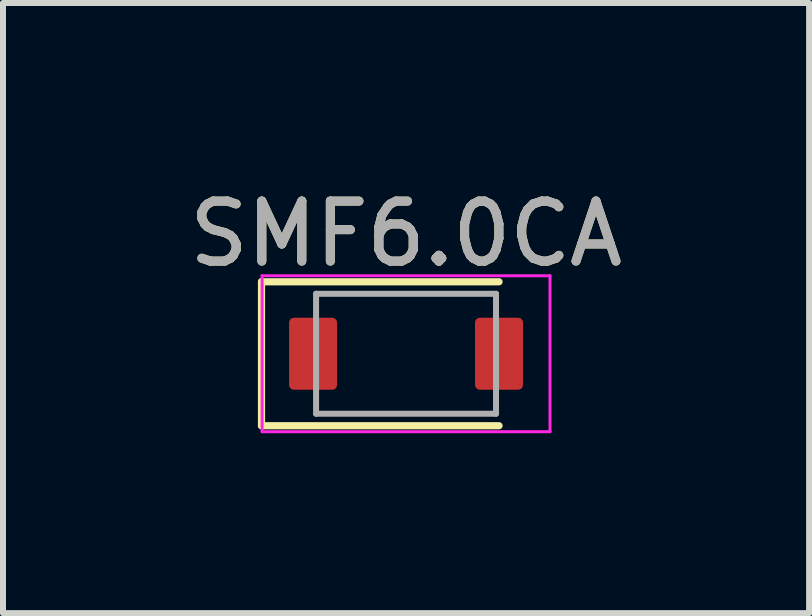
<source format=kicad_pcb>
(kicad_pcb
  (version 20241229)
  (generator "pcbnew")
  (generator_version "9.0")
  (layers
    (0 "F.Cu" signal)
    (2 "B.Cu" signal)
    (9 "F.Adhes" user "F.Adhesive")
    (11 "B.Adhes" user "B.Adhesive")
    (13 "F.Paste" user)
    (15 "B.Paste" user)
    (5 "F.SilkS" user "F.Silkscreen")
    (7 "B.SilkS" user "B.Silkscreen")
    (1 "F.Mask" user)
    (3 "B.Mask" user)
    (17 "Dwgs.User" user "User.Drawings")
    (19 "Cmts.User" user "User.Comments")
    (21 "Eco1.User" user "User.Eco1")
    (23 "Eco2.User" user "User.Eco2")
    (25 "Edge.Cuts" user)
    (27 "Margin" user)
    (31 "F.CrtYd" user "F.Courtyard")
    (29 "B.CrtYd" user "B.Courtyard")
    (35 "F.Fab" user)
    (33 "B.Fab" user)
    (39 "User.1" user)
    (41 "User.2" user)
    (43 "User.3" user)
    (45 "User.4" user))
  (footprint "SMF6.0CA"
    (layer "F.Cu")
    (at 3.72 2.848)
    (property "Reference" "SMF6.0CA" (at 0 -2 0) (layer "F.SilkS") (effects (font (size 1 1) (thickness 0.15))))
    (attr smd)
    (fp_line (start -2.41 -1.2) (end -2.41 1.2) (stroke (width 0.12) (type solid)) (layer "F.SilkS"))
    (fp_line (start -2.41 -1.2) (end 1.55 -1.2) (stroke (width 0.12) (type solid)) (layer "F.SilkS"))
    (fp_line (start -2.41 1.2) (end 1.55 1.2) (stroke (width 0.12) (type solid)) (layer "F.SilkS"))
    (fp_line (start -2.4 -1.3) (end -2.4 1.3) (stroke (width 0.05) (type solid)) (layer "F.CrtYd"))
    (fp_line (start -2.4 -1.3) (end 2.4 -1.3) (stroke (width 0.05) (type solid)) (layer "F.CrtYd"))
    (fp_line (start 2.4 -1.3) (end 2.4 1.3) (stroke (width 0.05) (type solid)) (layer "F.CrtYd"))
    (fp_line (start 2.4 1.3) (end -2.4 1.3) (stroke (width 0.05) (type solid)) (layer "F.CrtYd"))
    (fp_line (start -1.5 -1) (end 1.5 -1) (stroke (width 0.1) (type solid)) (layer "F.Fab"))
    (fp_line (start -1.5 1) (end -1.5 -1) (stroke (width 0.1) (type solid)) (layer "F.Fab"))
    (fp_line (start 1.5 -1) (end 1.5 1) (stroke (width 0.1) (type solid)) (layer "F.Fab"))
    (fp_line (start 1.5 1) (end -1.5 1) (stroke (width 0.1) (type solid)) (layer "F.Fab"))
    (fp_text user "${REFERENCE}" (at 0 -2 0) (layer "F.Fab") (effects (font (size 1 1) (thickness 0.15))))
    (pad "1" smd roundrect (at -1.55 0) (size 0.8 1.2) (layers "F.Cu" "F.Mask" "F.Paste") (roundrect_rratio 0.1))
    (pad "2" smd roundrect (at 1.55 0) (size 0.8 1.2) (layers "F.Cu" "F.Mask" "F.Paste") (roundrect_rratio 0.1)))
  (gr_rect
    (start -3 -3)
    (end 10.44 7.173)
    (stroke (width 0.1) (type default))
    (fill no)
    (layer "Edge.Cuts")))
</source>
